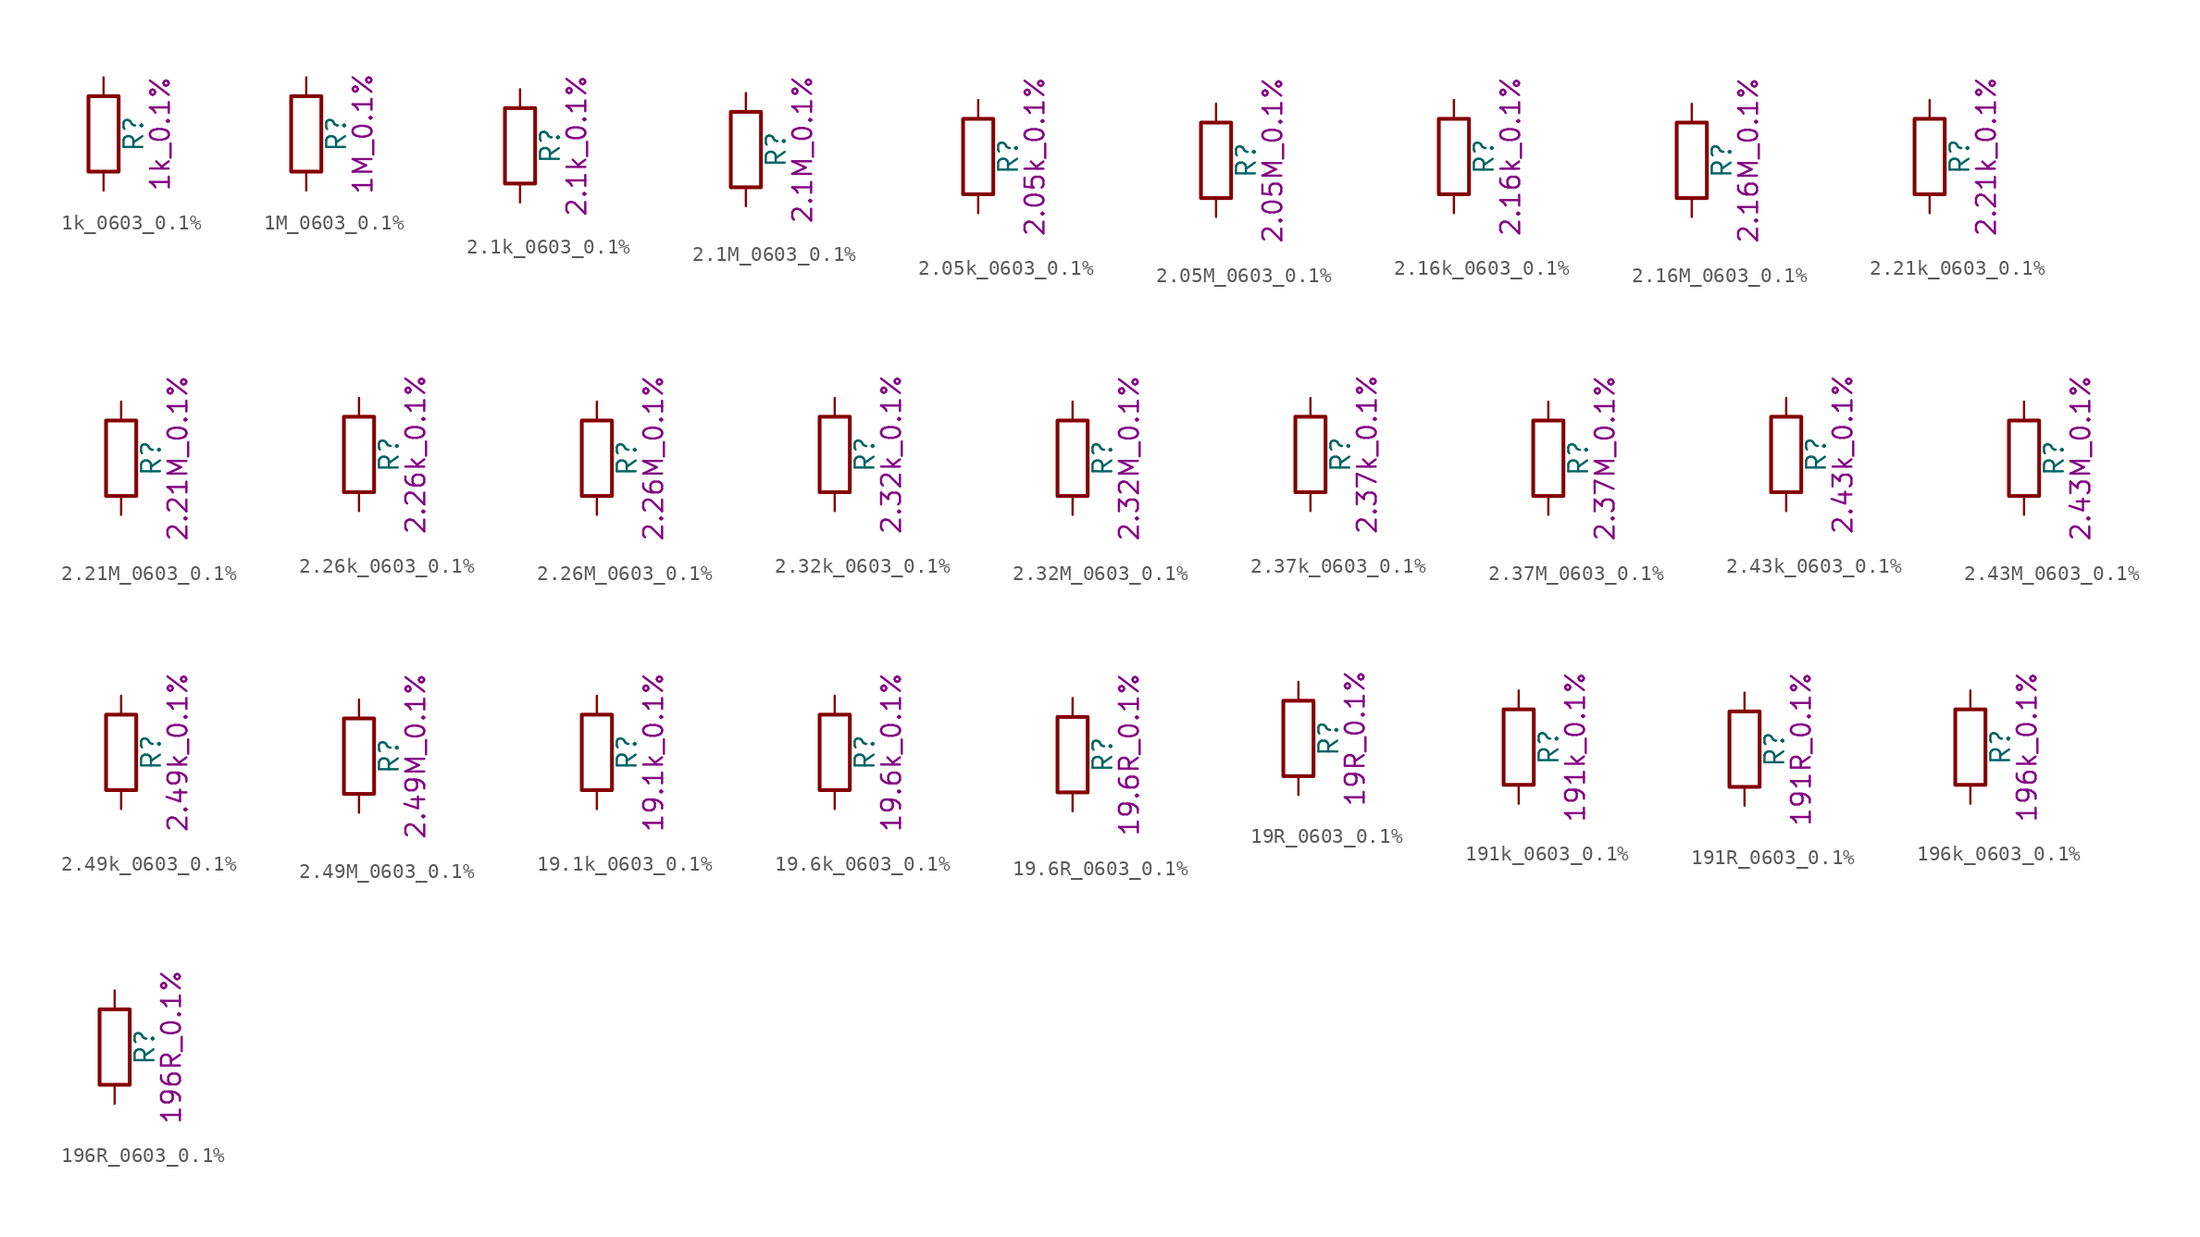
<source format=kicad_sym>
(kicad_symbol_lib
  (version 20211014)
  (generator kicad_symbol_editor)
  (symbol "1k_0603_0.1%"
    (pin_numbers hide)
    (pin_names
      (offset 0))
    (property "Reference" "R"
      (at 2.032 0 90)
      (effects (font (size 1.27 1.27))))
    (property "Display" "1k_0.1%"
      (at 3.81 0 90)
      (effects (font (size 1.27 1.27))))
    (symbol "1k_0603_0.1%_0_1"
      (rectangle (start -1.016 -2.54) (end 1.016 2.54) (stroke (width 0.254) (type default) (color 0 0 0 0)) (fill (type none))))
    (symbol "1k_0603_0.1%_1_1"
      (pin passive line (at 0 3.81 270) (length 1.27) (name "~" (effects (font (size 1.27 1.27)))) (number "1" (effects (font (size 1.27 1.27)))))
      (pin passive line (at 0 -3.81 90) (length 1.27) (name "~" (effects (font (size 1.27 1.27)))) (number "2" (effects (font (size 1.27 1.27)))))))
  (symbol "1M_0603_0.1%"
    (pin_numbers hide)
    (pin_names
      (offset 0))
    (property "Reference" "R"
      (at 2.032 0 90)
      (effects (font (size 1.27 1.27))))
    (property "Display" "1M_0.1%"
      (at 3.81 0 90)
      (effects (font (size 1.27 1.27))))
    (symbol "1M_0603_0.1%_0_1"
      (rectangle (start -1.016 -2.54) (end 1.016 2.54) (stroke (width 0.254) (type default) (color 0 0 0 0)) (fill (type none))))
    (symbol "1M_0603_0.1%_1_1"
      (pin passive line (at 0 3.81 270) (length 1.27) (name "~" (effects (font (size 1.27 1.27)))) (number "1" (effects (font (size 1.27 1.27)))))
      (pin passive line (at 0 -3.81 90) (length 1.27) (name "~" (effects (font (size 1.27 1.27)))) (number "2" (effects (font (size 1.27 1.27)))))))
  (symbol "2.1k_0603_0.1%"
    (pin_numbers hide)
    (pin_names
      (offset 0))
    (property "Reference" "R"
      (at 2.032 0 90)
      (effects (font (size 1.27 1.27))))
    (property "Display" "2.1k_0.1%"
      (at 3.81 0 90)
      (effects (font (size 1.27 1.27))))
    (symbol "2.1k_0603_0.1%_0_1"
      (rectangle (start -1.016 -2.54) (end 1.016 2.54) (stroke (width 0.254) (type default) (color 0 0 0 0)) (fill (type none))))
    (symbol "2.1k_0603_0.1%_1_1"
      (pin passive line (at 0 3.81 270) (length 1.27) (name "~" (effects (font (size 1.27 1.27)))) (number "1" (effects (font (size 1.27 1.27)))))
      (pin passive line (at 0 -3.81 90) (length 1.27) (name "~" (effects (font (size 1.27 1.27)))) (number "2" (effects (font (size 1.27 1.27)))))))
  (symbol "2.1M_0603_0.1%"
    (pin_numbers hide)
    (pin_names
      (offset 0))
    (property "Reference" "R"
      (at 2.032 0 90)
      (effects (font (size 1.27 1.27))))
    (property "Display" "2.1M_0.1%"
      (at 3.81 0 90)
      (effects (font (size 1.27 1.27))))
    (symbol "2.1M_0603_0.1%_0_1"
      (rectangle (start -1.016 -2.54) (end 1.016 2.54) (stroke (width 0.254) (type default) (color 0 0 0 0)) (fill (type none))))
    (symbol "2.1M_0603_0.1%_1_1"
      (pin passive line (at 0 3.81 270) (length 1.27) (name "~" (effects (font (size 1.27 1.27)))) (number "1" (effects (font (size 1.27 1.27)))))
      (pin passive line (at 0 -3.81 90) (length 1.27) (name "~" (effects (font (size 1.27 1.27)))) (number "2" (effects (font (size 1.27 1.27)))))))
  (symbol "2.05k_0603_0.1%"
    (pin_numbers hide)
    (pin_names
      (offset 0))
    (property "Reference" "R"
      (at 2.032 0 90)
      (effects (font (size 1.27 1.27))))
    (property "Display" "2.05k_0.1%"
      (at 3.81 0 90)
      (effects (font (size 1.27 1.27))))
    (symbol "2.05k_0603_0.1%_0_1"
      (rectangle (start -1.016 -2.54) (end 1.016 2.54) (stroke (width 0.254) (type default) (color 0 0 0 0)) (fill (type none))))
    (symbol "2.05k_0603_0.1%_1_1"
      (pin passive line (at 0 3.81 270) (length 1.27) (name "~" (effects (font (size 1.27 1.27)))) (number "1" (effects (font (size 1.27 1.27)))))
      (pin passive line (at 0 -3.81 90) (length 1.27) (name "~" (effects (font (size 1.27 1.27)))) (number "2" (effects (font (size 1.27 1.27)))))))
  (symbol "2.05M_0603_0.1%"
    (pin_numbers hide)
    (pin_names
      (offset 0))
    (property "Reference" "R"
      (at 2.032 0 90)
      (effects (font (size 1.27 1.27))))
    (property "Display" "2.05M_0.1%"
      (at 3.81 0 90)
      (effects (font (size 1.27 1.27))))
    (symbol "2.05M_0603_0.1%_0_1"
      (rectangle (start -1.016 -2.54) (end 1.016 2.54) (stroke (width 0.254) (type default) (color 0 0 0 0)) (fill (type none))))
    (symbol "2.05M_0603_0.1%_1_1"
      (pin passive line (at 0 3.81 270) (length 1.27) (name "~" (effects (font (size 1.27 1.27)))) (number "1" (effects (font (size 1.27 1.27)))))
      (pin passive line (at 0 -3.81 90) (length 1.27) (name "~" (effects (font (size 1.27 1.27)))) (number "2" (effects (font (size 1.27 1.27)))))))
  (symbol "2.16k_0603_0.1%"
    (pin_numbers hide)
    (pin_names
      (offset 0))
    (property "Reference" "R"
      (at 2.032 0 90)
      (effects (font (size 1.27 1.27))))
    (property "Display" "2.16k_0.1%"
      (at 3.81 0 90)
      (effects (font (size 1.27 1.27))))
    (symbol "2.16k_0603_0.1%_0_1"
      (rectangle (start -1.016 -2.54) (end 1.016 2.54) (stroke (width 0.254) (type default) (color 0 0 0 0)) (fill (type none))))
    (symbol "2.16k_0603_0.1%_1_1"
      (pin passive line (at 0 3.81 270) (length 1.27) (name "~" (effects (font (size 1.27 1.27)))) (number "1" (effects (font (size 1.27 1.27)))))
      (pin passive line (at 0 -3.81 90) (length 1.27) (name "~" (effects (font (size 1.27 1.27)))) (number "2" (effects (font (size 1.27 1.27)))))))
  (symbol "2.16M_0603_0.1%"
    (pin_numbers hide)
    (pin_names
      (offset 0))
    (property "Reference" "R"
      (at 2.032 0 90)
      (effects (font (size 1.27 1.27))))
    (property "Display" "2.16M_0.1%"
      (at 3.81 0 90)
      (effects (font (size 1.27 1.27))))
    (symbol "2.16M_0603_0.1%_0_1"
      (rectangle (start -1.016 -2.54) (end 1.016 2.54) (stroke (width 0.254) (type default) (color 0 0 0 0)) (fill (type none))))
    (symbol "2.16M_0603_0.1%_1_1"
      (pin passive line (at 0 3.81 270) (length 1.27) (name "~" (effects (font (size 1.27 1.27)))) (number "1" (effects (font (size 1.27 1.27)))))
      (pin passive line (at 0 -3.81 90) (length 1.27) (name "~" (effects (font (size 1.27 1.27)))) (number "2" (effects (font (size 1.27 1.27)))))))
  (symbol "2.21k_0603_0.1%"
    (pin_numbers hide)
    (pin_names
      (offset 0))
    (property "Reference" "R"
      (at 2.032 0 90)
      (effects (font (size 1.27 1.27))))
    (property "Display" "2.21k_0.1%"
      (at 3.81 0 90)
      (effects (font (size 1.27 1.27))))
    (symbol "2.21k_0603_0.1%_0_1"
      (rectangle (start -1.016 -2.54) (end 1.016 2.54) (stroke (width 0.254) (type default) (color 0 0 0 0)) (fill (type none))))
    (symbol "2.21k_0603_0.1%_1_1"
      (pin passive line (at 0 3.81 270) (length 1.27) (name "~" (effects (font (size 1.27 1.27)))) (number "1" (effects (font (size 1.27 1.27)))))
      (pin passive line (at 0 -3.81 90) (length 1.27) (name "~" (effects (font (size 1.27 1.27)))) (number "2" (effects (font (size 1.27 1.27)))))))
  (symbol "2.21M_0603_0.1%"
    (pin_numbers hide)
    (pin_names
      (offset 0))
    (property "Reference" "R"
      (at 2.032 0 90)
      (effects (font (size 1.27 1.27))))
    (property "Display" "2.21M_0.1%"
      (at 3.81 0 90)
      (effects (font (size 1.27 1.27))))
    (symbol "2.21M_0603_0.1%_0_1"
      (rectangle (start -1.016 -2.54) (end 1.016 2.54) (stroke (width 0.254) (type default) (color 0 0 0 0)) (fill (type none))))
    (symbol "2.21M_0603_0.1%_1_1"
      (pin passive line (at 0 3.81 270) (length 1.27) (name "~" (effects (font (size 1.27 1.27)))) (number "1" (effects (font (size 1.27 1.27)))))
      (pin passive line (at 0 -3.81 90) (length 1.27) (name "~" (effects (font (size 1.27 1.27)))) (number "2" (effects (font (size 1.27 1.27)))))))
  (symbol "2.26k_0603_0.1%"
    (pin_numbers hide)
    (pin_names
      (offset 0))
    (property "Reference" "R"
      (at 2.032 0 90)
      (effects (font (size 1.27 1.27))))
    (property "Display" "2.26k_0.1%"
      (at 3.81 0 90)
      (effects (font (size 1.27 1.27))))
    (symbol "2.26k_0603_0.1%_0_1"
      (rectangle (start -1.016 -2.54) (end 1.016 2.54) (stroke (width 0.254) (type default) (color 0 0 0 0)) (fill (type none))))
    (symbol "2.26k_0603_0.1%_1_1"
      (pin passive line (at 0 3.81 270) (length 1.27) (name "~" (effects (font (size 1.27 1.27)))) (number "1" (effects (font (size 1.27 1.27)))))
      (pin passive line (at 0 -3.81 90) (length 1.27) (name "~" (effects (font (size 1.27 1.27)))) (number "2" (effects (font (size 1.27 1.27)))))))
  (symbol "2.26M_0603_0.1%"
    (pin_numbers hide)
    (pin_names
      (offset 0))
    (property "Reference" "R"
      (at 2.032 0 90)
      (effects (font (size 1.27 1.27))))
    (property "Display" "2.26M_0.1%"
      (at 3.81 0 90)
      (effects (font (size 1.27 1.27))))
    (symbol "2.26M_0603_0.1%_0_1"
      (rectangle (start -1.016 -2.54) (end 1.016 2.54) (stroke (width 0.254) (type default) (color 0 0 0 0)) (fill (type none))))
    (symbol "2.26M_0603_0.1%_1_1"
      (pin passive line (at 0 3.81 270) (length 1.27) (name "~" (effects (font (size 1.27 1.27)))) (number "1" (effects (font (size 1.27 1.27)))))
      (pin passive line (at 0 -3.81 90) (length 1.27) (name "~" (effects (font (size 1.27 1.27)))) (number "2" (effects (font (size 1.27 1.27)))))))
  (symbol "2.32k_0603_0.1%"
    (pin_numbers hide)
    (pin_names
      (offset 0))
    (property "Reference" "R"
      (at 2.032 0 90)
      (effects (font (size 1.27 1.27))))
    (property "Display" "2.32k_0.1%"
      (at 3.81 0 90)
      (effects (font (size 1.27 1.27))))
    (symbol "2.32k_0603_0.1%_0_1"
      (rectangle (start -1.016 -2.54) (end 1.016 2.54) (stroke (width 0.254) (type default) (color 0 0 0 0)) (fill (type none))))
    (symbol "2.32k_0603_0.1%_1_1"
      (pin passive line (at 0 3.81 270) (length 1.27) (name "~" (effects (font (size 1.27 1.27)))) (number "1" (effects (font (size 1.27 1.27)))))
      (pin passive line (at 0 -3.81 90) (length 1.27) (name "~" (effects (font (size 1.27 1.27)))) (number "2" (effects (font (size 1.27 1.27)))))))
  (symbol "2.32M_0603_0.1%"
    (pin_numbers hide)
    (pin_names
      (offset 0))
    (property "Reference" "R"
      (at 2.032 0 90)
      (effects (font (size 1.27 1.27))))
    (property "Display" "2.32M_0.1%"
      (at 3.81 0 90)
      (effects (font (size 1.27 1.27))))
    (symbol "2.32M_0603_0.1%_0_1"
      (rectangle (start -1.016 -2.54) (end 1.016 2.54) (stroke (width 0.254) (type default) (color 0 0 0 0)) (fill (type none))))
    (symbol "2.32M_0603_0.1%_1_1"
      (pin passive line (at 0 3.81 270) (length 1.27) (name "~" (effects (font (size 1.27 1.27)))) (number "1" (effects (font (size 1.27 1.27)))))
      (pin passive line (at 0 -3.81 90) (length 1.27) (name "~" (effects (font (size 1.27 1.27)))) (number "2" (effects (font (size 1.27 1.27)))))))
  (symbol "2.37k_0603_0.1%"
    (pin_numbers hide)
    (pin_names
      (offset 0))
    (property "Reference" "R"
      (at 2.032 0 90)
      (effects (font (size 1.27 1.27))))
    (property "Display" "2.37k_0.1%"
      (at 3.81 0 90)
      (effects (font (size 1.27 1.27))))
    (symbol "2.37k_0603_0.1%_0_1"
      (rectangle (start -1.016 -2.54) (end 1.016 2.54) (stroke (width 0.254) (type default) (color 0 0 0 0)) (fill (type none))))
    (symbol "2.37k_0603_0.1%_1_1"
      (pin passive line (at 0 3.81 270) (length 1.27) (name "~" (effects (font (size 1.27 1.27)))) (number "1" (effects (font (size 1.27 1.27)))))
      (pin passive line (at 0 -3.81 90) (length 1.27) (name "~" (effects (font (size 1.27 1.27)))) (number "2" (effects (font (size 1.27 1.27)))))))
  (symbol "2.37M_0603_0.1%"
    (pin_numbers hide)
    (pin_names
      (offset 0))
    (property "Reference" "R"
      (at 2.032 0 90)
      (effects (font (size 1.27 1.27))))
    (property "Display" "2.37M_0.1%"
      (at 3.81 0 90)
      (effects (font (size 1.27 1.27))))
    (symbol "2.37M_0603_0.1%_0_1"
      (rectangle (start -1.016 -2.54) (end 1.016 2.54) (stroke (width 0.254) (type default) (color 0 0 0 0)) (fill (type none))))
    (symbol "2.37M_0603_0.1%_1_1"
      (pin passive line (at 0 3.81 270) (length 1.27) (name "~" (effects (font (size 1.27 1.27)))) (number "1" (effects (font (size 1.27 1.27)))))
      (pin passive line (at 0 -3.81 90) (length 1.27) (name "~" (effects (font (size 1.27 1.27)))) (number "2" (effects (font (size 1.27 1.27)))))))
  (symbol "2.43k_0603_0.1%"
    (pin_numbers hide)
    (pin_names
      (offset 0))
    (property "Reference" "R"
      (at 2.032 0 90)
      (effects (font (size 1.27 1.27))))
    (property "Display" "2.43k_0.1%"
      (at 3.81 0 90)
      (effects (font (size 1.27 1.27))))
    (symbol "2.43k_0603_0.1%_0_1"
      (rectangle (start -1.016 -2.54) (end 1.016 2.54) (stroke (width 0.254) (type default) (color 0 0 0 0)) (fill (type none))))
    (symbol "2.43k_0603_0.1%_1_1"
      (pin passive line (at 0 3.81 270) (length 1.27) (name "~" (effects (font (size 1.27 1.27)))) (number "1" (effects (font (size 1.27 1.27)))))
      (pin passive line (at 0 -3.81 90) (length 1.27) (name "~" (effects (font (size 1.27 1.27)))) (number "2" (effects (font (size 1.27 1.27)))))))
  (symbol "2.43M_0603_0.1%"
    (pin_numbers hide)
    (pin_names
      (offset 0))
    (property "Reference" "R"
      (at 2.032 0 90)
      (effects (font (size 1.27 1.27))))
    (property "Display" "2.43M_0.1%"
      (at 3.81 0 90)
      (effects (font (size 1.27 1.27))))
    (symbol "2.43M_0603_0.1%_0_1"
      (rectangle (start -1.016 -2.54) (end 1.016 2.54) (stroke (width 0.254) (type default) (color 0 0 0 0)) (fill (type none))))
    (symbol "2.43M_0603_0.1%_1_1"
      (pin passive line (at 0 3.81 270) (length 1.27) (name "~" (effects (font (size 1.27 1.27)))) (number "1" (effects (font (size 1.27 1.27)))))
      (pin passive line (at 0 -3.81 90) (length 1.27) (name "~" (effects (font (size 1.27 1.27)))) (number "2" (effects (font (size 1.27 1.27)))))))
  (symbol "2.49k_0603_0.1%"
    (pin_numbers hide)
    (pin_names
      (offset 0))
    (property "Reference" "R"
      (at 2.032 0 90)
      (effects (font (size 1.27 1.27))))
    (property "Display" "2.49k_0.1%"
      (at 3.81 0 90)
      (effects (font (size 1.27 1.27))))
    (symbol "2.49k_0603_0.1%_0_1"
      (rectangle (start -1.016 -2.54) (end 1.016 2.54) (stroke (width 0.254) (type default) (color 0 0 0 0)) (fill (type none))))
    (symbol "2.49k_0603_0.1%_1_1"
      (pin passive line (at 0 3.81 270) (length 1.27) (name "~" (effects (font (size 1.27 1.27)))) (number "1" (effects (font (size 1.27 1.27)))))
      (pin passive line (at 0 -3.81 90) (length 1.27) (name "~" (effects (font (size 1.27 1.27)))) (number "2" (effects (font (size 1.27 1.27)))))))
  (symbol "2.49M_0603_0.1%"
    (pin_numbers hide)
    (pin_names
      (offset 0))
    (property "Reference" "R"
      (at 2.032 0 90)
      (effects (font (size 1.27 1.27))))
    (property "Display" "2.49M_0.1%"
      (at 3.81 0 90)
      (effects (font (size 1.27 1.27))))
    (symbol "2.49M_0603_0.1%_0_1"
      (rectangle (start -1.016 -2.54) (end 1.016 2.54) (stroke (width 0.254) (type default) (color 0 0 0 0)) (fill (type none))))
    (symbol "2.49M_0603_0.1%_1_1"
      (pin passive line (at 0 3.81 270) (length 1.27) (name "~" (effects (font (size 1.27 1.27)))) (number "1" (effects (font (size 1.27 1.27)))))
      (pin passive line (at 0 -3.81 90) (length 1.27) (name "~" (effects (font (size 1.27 1.27)))) (number "2" (effects (font (size 1.27 1.27)))))))
  (symbol "19.1k_0603_0.1%"
    (pin_numbers hide)
    (pin_names
      (offset 0))
    (property "Reference" "R"
      (at 2.032 0 90)
      (effects (font (size 1.27 1.27))))
    (property "Display" "19.1k_0.1%"
      (at 3.81 0 90)
      (effects (font (size 1.27 1.27))))
    (symbol "19.1k_0603_0.1%_0_1"
      (rectangle (start -1.016 -2.54) (end 1.016 2.54) (stroke (width 0.254) (type default) (color 0 0 0 0)) (fill (type none))))
    (symbol "19.1k_0603_0.1%_1_1"
      (pin passive line (at 0 3.81 270) (length 1.27) (name "~" (effects (font (size 1.27 1.27)))) (number "1" (effects (font (size 1.27 1.27)))))
      (pin passive line (at 0 -3.81 90) (length 1.27) (name "~" (effects (font (size 1.27 1.27)))) (number "2" (effects (font (size 1.27 1.27)))))))
  (symbol "19.6k_0603_0.1%"
    (pin_numbers hide)
    (pin_names
      (offset 0))
    (property "Reference" "R"
      (at 2.032 0 90)
      (effects (font (size 1.27 1.27))))
    (property "Display" "19.6k_0.1%"
      (at 3.81 0 90)
      (effects (font (size 1.27 1.27))))
    (symbol "19.6k_0603_0.1%_0_1"
      (rectangle (start -1.016 -2.54) (end 1.016 2.54) (stroke (width 0.254) (type default) (color 0 0 0 0)) (fill (type none))))
    (symbol "19.6k_0603_0.1%_1_1"
      (pin passive line (at 0 3.81 270) (length 1.27) (name "~" (effects (font (size 1.27 1.27)))) (number "1" (effects (font (size 1.27 1.27)))))
      (pin passive line (at 0 -3.81 90) (length 1.27) (name "~" (effects (font (size 1.27 1.27)))) (number "2" (effects (font (size 1.27 1.27)))))))
  (symbol "19.6R_0603_0.1%"
    (pin_numbers hide)
    (pin_names
      (offset 0))
    (property "Reference" "R"
      (at 2.032 0 90)
      (effects (font (size 1.27 1.27))))
    (property "Display" "19.6R_0.1%"
      (at 3.81 0 90)
      (effects (font (size 1.27 1.27))))
    (symbol "19.6R_0603_0.1%_0_1"
      (rectangle (start -1.016 -2.54) (end 1.016 2.54) (stroke (width 0.254) (type default) (color 0 0 0 0)) (fill (type none))))
    (symbol "19.6R_0603_0.1%_1_1"
      (pin passive line (at 0 3.81 270) (length 1.27) (name "~" (effects (font (size 1.27 1.27)))) (number "1" (effects (font (size 1.27 1.27)))))
      (pin passive line (at 0 -3.81 90) (length 1.27) (name "~" (effects (font (size 1.27 1.27)))) (number "2" (effects (font (size 1.27 1.27)))))))
  (symbol "19R_0603_0.1%"
    (pin_numbers hide)
    (pin_names
      (offset 0))
    (property "Reference" "R"
      (at 2.032 0 90)
      (effects (font (size 1.27 1.27))))
    (property "Display" "19R_0.1%"
      (at 3.81 0 90)
      (effects (font (size 1.27 1.27))))
    (symbol "19R_0603_0.1%_0_1"
      (rectangle (start -1.016 -2.54) (end 1.016 2.54) (stroke (width 0.254) (type default) (color 0 0 0 0)) (fill (type none))))
    (symbol "19R_0603_0.1%_1_1"
      (pin passive line (at 0 3.81 270) (length 1.27) (name "~" (effects (font (size 1.27 1.27)))) (number "1" (effects (font (size 1.27 1.27)))))
      (pin passive line (at 0 -3.81 90) (length 1.27) (name "~" (effects (font (size 1.27 1.27)))) (number "2" (effects (font (size 1.27 1.27)))))))
  (symbol "191k_0603_0.1%"
    (pin_numbers hide)
    (pin_names
      (offset 0))
    (property "Reference" "R"
      (at 2.032 0 90)
      (effects (font (size 1.27 1.27))))
    (property "Display" "191k_0.1%"
      (at 3.81 0 90)
      (effects (font (size 1.27 1.27))))
    (symbol "191k_0603_0.1%_0_1"
      (rectangle (start -1.016 -2.54) (end 1.016 2.54) (stroke (width 0.254) (type default) (color 0 0 0 0)) (fill (type none))))
    (symbol "191k_0603_0.1%_1_1"
      (pin passive line (at 0 3.81 270) (length 1.27) (name "~" (effects (font (size 1.27 1.27)))) (number "1" (effects (font (size 1.27 1.27)))))
      (pin passive line (at 0 -3.81 90) (length 1.27) (name "~" (effects (font (size 1.27 1.27)))) (number "2" (effects (font (size 1.27 1.27)))))))
  (symbol "191R_0603_0.1%"
    (pin_numbers hide)
    (pin_names
      (offset 0))
    (property "Reference" "R"
      (at 2.032 0 90)
      (effects (font (size 1.27 1.27))))
    (property "Display" "191R_0.1%"
      (at 3.81 0 90)
      (effects (font (size 1.27 1.27))))
    (symbol "191R_0603_0.1%_0_1"
      (rectangle (start -1.016 -2.54) (end 1.016 2.54) (stroke (width 0.254) (type default) (color 0 0 0 0)) (fill (type none))))
    (symbol "191R_0603_0.1%_1_1"
      (pin passive line (at 0 3.81 270) (length 1.27) (name "~" (effects (font (size 1.27 1.27)))) (number "1" (effects (font (size 1.27 1.27)))))
      (pin passive line (at 0 -3.81 90) (length 1.27) (name "~" (effects (font (size 1.27 1.27)))) (number "2" (effects (font (size 1.27 1.27)))))))
  (symbol "196k_0603_0.1%"
    (pin_numbers hide)
    (pin_names
      (offset 0))
    (property "Reference" "R"
      (at 2.032 0 90)
      (effects (font (size 1.27 1.27))))
    (property "Display" "196k_0.1%"
      (at 3.81 0 90)
      (effects (font (size 1.27 1.27))))
    (symbol "196k_0603_0.1%_0_1"
      (rectangle (start -1.016 -2.54) (end 1.016 2.54) (stroke (width 0.254) (type default) (color 0 0 0 0)) (fill (type none))))
    (symbol "196k_0603_0.1%_1_1"
      (pin passive line (at 0 3.81 270) (length 1.27) (name "~" (effects (font (size 1.27 1.27)))) (number "1" (effects (font (size 1.27 1.27)))))
      (pin passive line (at 0 -3.81 90) (length 1.27) (name "~" (effects (font (size 1.27 1.27)))) (number "2" (effects (font (size 1.27 1.27)))))))
  (symbol "196R_0603_0.1%"
    (pin_numbers hide)
    (pin_names
      (offset 0))
    (property "Reference" "R"
      (at 2.032 0 90)
      (effects (font (size 1.27 1.27))))
    (property "Display" "196R_0.1%"
      (at 3.81 0 90)
      (effects (font (size 1.27 1.27))))
    (symbol "196R_0603_0.1%_0_1"
      (rectangle (start -1.016 -2.54) (end 1.016 2.54) (stroke (width 0.254) (type default) (color 0 0 0 0)) (fill (type none))))
    (symbol "196R_0603_0.1%_1_1"
      (pin passive line (at 0 3.81 270) (length 1.27) (name "~" (effects (font (size 1.27 1.27)))) (number "1" (effects (font (size 1.27 1.27)))))
      (pin passive line (at 0 -3.81 90) (length 1.27) (name "~" (effects (font (size 1.27 1.27)))) (number "2" (effects (font (size 1.27 1.27))))))))
</source>
